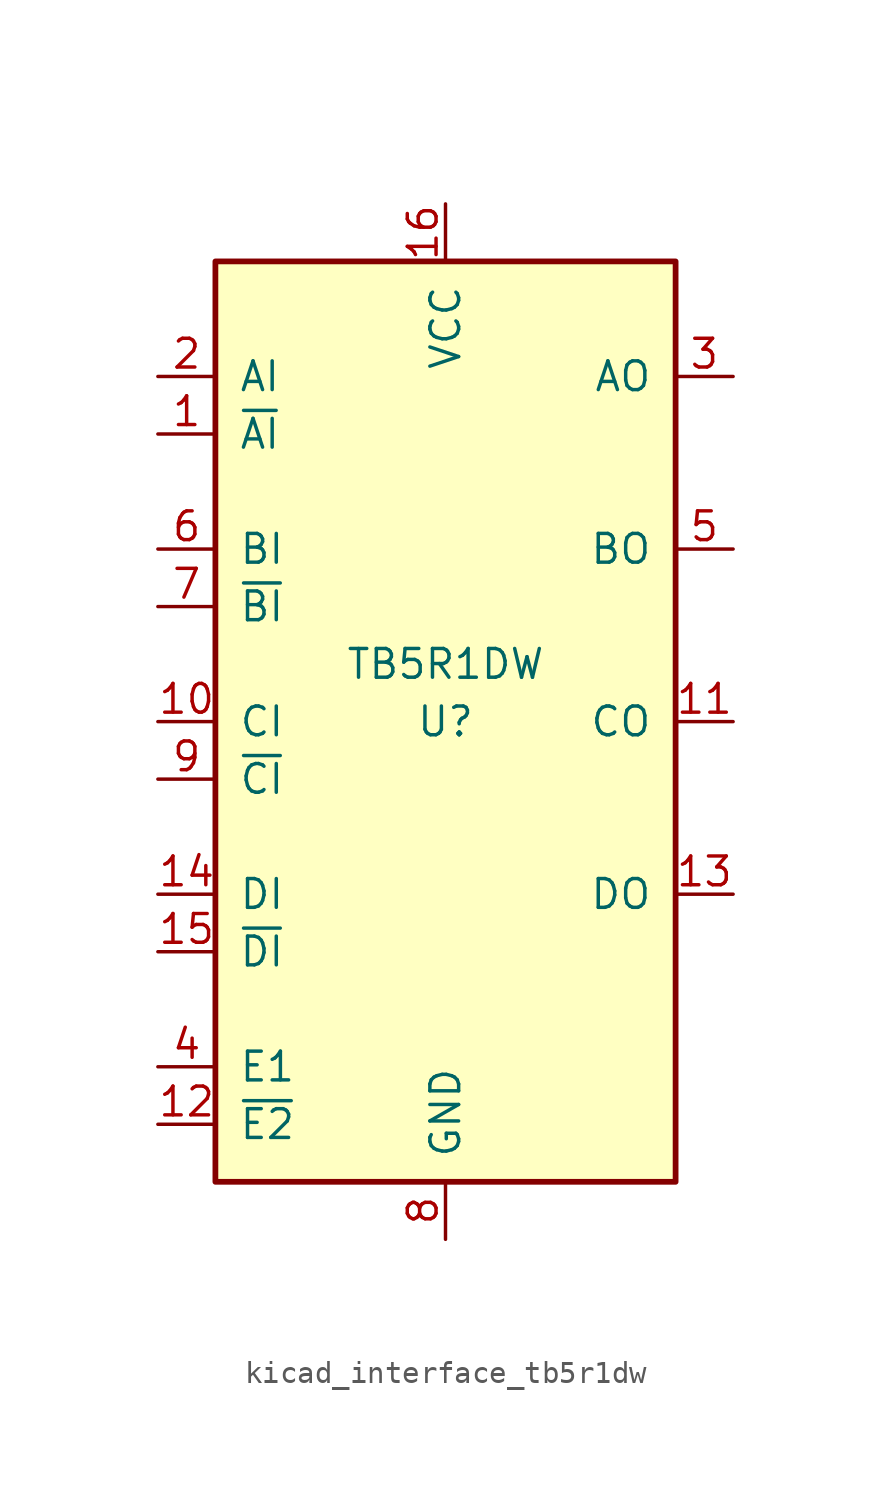
<source format=kicad_sym>
(kicad_symbol_lib
  (version 20220914)
  (generator kicad_symbol_editor)
  (symbol "kicad_interface_tb5r1dw"
    (pin_names
      (offset 1.016))
    (property "Reference" "U"
      (at 0 0 0)
      (effects (font (size 1.27 1.27))))
    (property "Value" "TB5R1DW"
      (at 0 2.54 0)
      (effects (font (size 1.27 1.27))))
    (symbol "kicad_interface_tb5r1dw_0_1"
      (rectangle (start 10.16 -20.32) (end -10.16 20.32) (stroke (width 0.254) (type default)) (fill (type background))))
    (symbol "kicad_interface_tb5r1dw_1_1"
      (pin input line (at -12.7 12.7 0) (length 2.54) (name "~{AI}" (effects (font (size 1.27 1.27)))) (number "1" (effects (font (size 1.27 1.27)))))
      (pin input line (at -12.7 0 0) (length 2.54) (name "CI" (effects (font (size 1.27 1.27)))) (number "10" (effects (font (size 1.27 1.27)))))
      (pin output line (at 12.7 0 180) (length 2.54) (name "CO" (effects (font (size 1.27 1.27)))) (number "11" (effects (font (size 1.27 1.27)))))
      (pin input line (at -12.7 -17.78 0) (length 2.54) (name "~{E2}" (effects (font (size 1.27 1.27)))) (number "12" (effects (font (size 1.27 1.27)))))
      (pin output line (at 12.7 -7.62 180) (length 2.54) (name "DO" (effects (font (size 1.27 1.27)))) (number "13" (effects (font (size 1.27 1.27)))))
      (pin input line (at -12.7 -7.62 0) (length 2.54) (name "DI" (effects (font (size 1.27 1.27)))) (number "14" (effects (font (size 1.27 1.27)))))
      (pin input line (at -12.7 -10.16 0) (length 2.54) (name "~{DI}" (effects (font (size 1.27 1.27)))) (number "15" (effects (font (size 1.27 1.27)))))
      (pin power_in line (at 0 22.86 270) (length 2.54) (name "VCC" (effects (font (size 1.27 1.27)))) (number "16" (effects (font (size 1.27 1.27)))))
      (pin input line (at -12.7 15.24 0) (length 2.54) (name "AI" (effects (font (size 1.27 1.27)))) (number "2" (effects (font (size 1.27 1.27)))))
      (pin output line (at 12.7 15.24 180) (length 2.54) (name "AO" (effects (font (size 1.27 1.27)))) (number "3" (effects (font (size 1.27 1.27)))))
      (pin input line (at -12.7 -15.24 0) (length 2.54) (name "E1" (effects (font (size 1.27 1.27)))) (number "4" (effects (font (size 1.27 1.27)))))
      (pin output line (at 12.7 7.62 180) (length 2.54) (name "BO" (effects (font (size 1.27 1.27)))) (number "5" (effects (font (size 1.27 1.27)))))
      (pin input line (at -12.7 7.62 0) (length 2.54) (name "BI" (effects (font (size 1.27 1.27)))) (number "6" (effects (font (size 1.27 1.27)))))
      (pin input line (at -12.7 5.08 0) (length 2.54) (name "~{BI}" (effects (font (size 1.27 1.27)))) (number "7" (effects (font (size 1.27 1.27)))))
      (pin power_in line (at 0 -22.86 90) (length 2.54) (name "GND" (effects (font (size 1.27 1.27)))) (number "8" (effects (font (size 1.27 1.27)))))
      (pin input line (at -12.7 -2.54 0) (length 2.54) (name "~{CI}" (effects (font (size 1.27 1.27)))) (number "9" (effects (font (size 1.27 1.27))))))))
</source>
